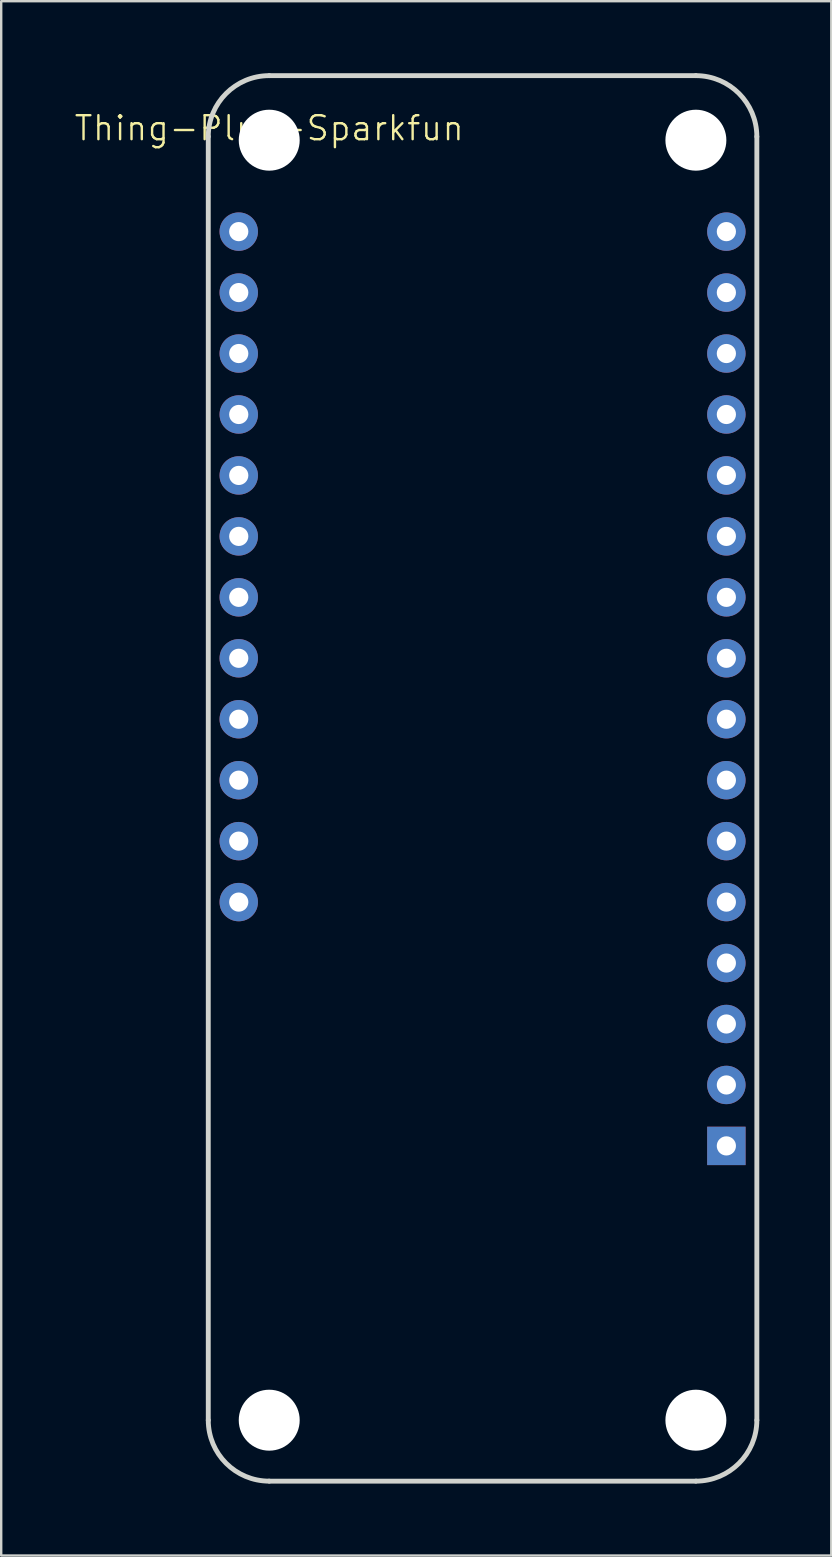
<source format=kicad_pcb>
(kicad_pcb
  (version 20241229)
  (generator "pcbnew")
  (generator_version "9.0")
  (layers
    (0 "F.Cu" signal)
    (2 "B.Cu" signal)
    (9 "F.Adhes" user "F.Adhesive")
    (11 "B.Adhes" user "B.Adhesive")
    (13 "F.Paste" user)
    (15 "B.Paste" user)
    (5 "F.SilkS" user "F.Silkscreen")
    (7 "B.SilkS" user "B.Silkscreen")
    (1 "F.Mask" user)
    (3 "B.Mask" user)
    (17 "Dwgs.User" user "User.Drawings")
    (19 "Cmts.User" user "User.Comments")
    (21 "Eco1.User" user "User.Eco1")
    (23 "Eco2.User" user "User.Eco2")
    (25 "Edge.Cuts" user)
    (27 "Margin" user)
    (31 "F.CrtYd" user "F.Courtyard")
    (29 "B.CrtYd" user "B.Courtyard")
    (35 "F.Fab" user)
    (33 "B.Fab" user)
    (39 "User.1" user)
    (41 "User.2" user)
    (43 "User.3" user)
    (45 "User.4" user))
  (footprint "Thing-Plus-Sparkfun"
    (layer "F.Cu")
    (at 8.169 2.792)
    (property "Reference" "Thing-Plus-Sparkfun" (at 0 -0.5 0) (unlocked yes) (layer "F.SilkS") (effects (font (size 1 1) (thickness 0.1))))
    (attr through_hole)
    (fp_line (start -2.54 -0.15) (end -2.54 53.34) (stroke (width 0.203) (type solid)) (layer "Edge.Cuts"))
    (fp_line (start 0 55.88) (end 17.78 55.88) (stroke (width 0.203) (type solid)) (layer "Edge.Cuts"))
    (fp_line (start 17.78 -2.69) (end 0 -2.69) (stroke (width 0.203) (type solid)) (layer "Edge.Cuts"))
    (fp_line (start 20.32 53.34) (end 20.32 -0.15) (stroke (width 0.203) (type solid)) (layer "Edge.Cuts"))
    (fp_arc (start -2.54 -0.15) (mid -1.796051 -1.946051) (end 0 -2.69) (stroke (width 0.2032) (type solid)) (layer "Edge.Cuts"))
    (fp_arc (start 0 55.88) (mid -1.796051 55.136051) (end -2.54 53.34) (stroke (width 0.2032) (type solid)) (layer "Edge.Cuts"))
    (fp_arc (start 17.78 -2.69) (mid 19.57605 -1.946051) (end 20.32 -0.15) (stroke (width 0.2032) (type solid)) (layer "Edge.Cuts"))
    (fp_arc (start 20.32 53.34) (mid 19.576051 55.136051) (end 17.78 55.88) (stroke (width 0.2032) (type solid)) (layer "Edge.Cuts"))
    (pad "" np_thru_hole circle (at 0 0) (size 2.54 2.54) (drill 2.54) (layers "*.Cu" "*.Mask"))
    (pad "" np_thru_hole circle (at 0 53.34) (size 2.54 2.54) (drill 2.54) (layers "*.Cu" "*.Mask"))
    (pad "" np_thru_hole circle (at 17.78 0) (size 2.54 2.54) (drill 2.54) (layers "*.Cu" "*.Mask"))
    (pad "" np_thru_hole circle (at 17.78 53.34) (size 2.54 2.54) (drill 2.54) (layers "*.Cu" "*.Mask"))
    (pad "1" thru_hole rect (at 19.05 41.91) (size 1.6 1.6) (drill 0.8) (layers "*.Cu" "*.Mask"))
    (pad "2" thru_hole circle (at 19.05 39.37) (size 1.6 1.6) (drill 0.8) (layers "*.Cu" "*.Mask"))
    (pad "3" thru_hole circle (at 19.05 36.83) (size 1.6 1.6) (drill 0.8) (layers "*.Cu" "*.Mask"))
    (pad "4" thru_hole circle (at 19.05 34.29) (size 1.6 1.6) (drill 0.8) (layers "*.Cu" "*.Mask"))
    (pad "5" thru_hole circle (at 19.05 31.75) (size 1.6 1.6) (drill 0.8) (layers "*.Cu" "*.Mask"))
    (pad "6" thru_hole circle (at 19.05 29.21) (size 1.6 1.6) (drill 0.8) (layers "*.Cu" "*.Mask"))
    (pad "7" thru_hole circle (at 19.05 26.67) (size 1.6 1.6) (drill 0.8) (layers "*.Cu" "*.Mask"))
    (pad "8" thru_hole circle (at 19.05 24.13) (size 1.6 1.6) (drill 0.8) (layers "*.Cu" "*.Mask"))
    (pad "9" thru_hole circle (at 19.05 21.59) (size 1.6 1.6) (drill 0.8) (layers "*.Cu" "*.Mask"))
    (pad "10" thru_hole circle (at 19.05 19.05) (size 1.6 1.6) (drill 0.8) (layers "*.Cu" "*.Mask"))
    (pad "11" thru_hole circle (at 19.05 16.51) (size 1.6 1.6) (drill 0.8) (layers "*.Cu" "*.Mask"))
    (pad "12" thru_hole circle (at 19.05 13.97) (size 1.6 1.6) (drill 0.8) (layers "*.Cu" "*.Mask"))
    (pad "13" thru_hole circle (at 19.05 11.43) (size 1.6 1.6) (drill 0.8) (layers "*.Cu" "*.Mask"))
    (pad "14" thru_hole circle (at 19.05 8.89) (size 1.6 1.6) (drill 0.8) (layers "*.Cu" "*.Mask"))
    (pad "15" thru_hole circle (at 19.05 6.35) (size 1.6 1.6) (drill 0.8) (layers "*.Cu" "*.Mask"))
    (pad "16" thru_hole circle (at 19.05 3.81) (size 1.6 1.6) (drill 0.8) (layers "*.Cu" "*.Mask"))
    (pad "17" thru_hole circle (at -1.27 3.81) (size 1.6 1.6) (drill 0.8) (layers "*.Cu" "*.Mask"))
    (pad "18" thru_hole circle (at -1.27 6.35) (size 1.6 1.6) (drill 0.8) (layers "*.Cu" "*.Mask"))
    (pad "19" thru_hole circle (at -1.27 8.89) (size 1.6 1.6) (drill 0.8) (layers "*.Cu" "*.Mask"))
    (pad "20" thru_hole circle (at -1.27 11.43) (size 1.6 1.6) (drill 0.8) (layers "*.Cu" "*.Mask"))
    (pad "21" thru_hole circle (at -1.27 13.97) (size 1.6 1.6) (drill 0.8) (layers "*.Cu" "*.Mask"))
    (pad "22" thru_hole circle (at -1.27 16.51) (size 1.6 1.6) (drill 0.8) (layers "*.Cu" "*.Mask"))
    (pad "23" thru_hole circle (at -1.27 19.05) (size 1.6 1.6) (drill 0.8) (layers "*.Cu" "*.Mask"))
    (pad "24" thru_hole circle (at -1.27 21.59) (size 1.6 1.6) (drill 0.8) (layers "*.Cu" "*.Mask"))
    (pad "25" thru_hole circle (at -1.27 24.13) (size 1.6 1.6) (drill 0.8) (layers "*.Cu" "*.Mask"))
    (pad "26" thru_hole circle (at -1.27 26.67) (size 1.6 1.6) (drill 0.8) (layers "*.Cu" "*.Mask"))
    (pad "27" thru_hole circle (at -1.27 29.21) (size 1.6 1.6) (drill 0.8) (layers "*.Cu" "*.Mask"))
    (pad "28" thru_hole circle (at -1.27 31.75) (size 1.6 1.6) (drill 0.8) (layers "*.Cu" "*.Mask")))
  (gr_rect
    (start -3 -3)
    (end 31.591 61.773)
    (stroke (width 0.1) (type default))
    (fill no)
    (layer "Edge.Cuts")))
</source>
